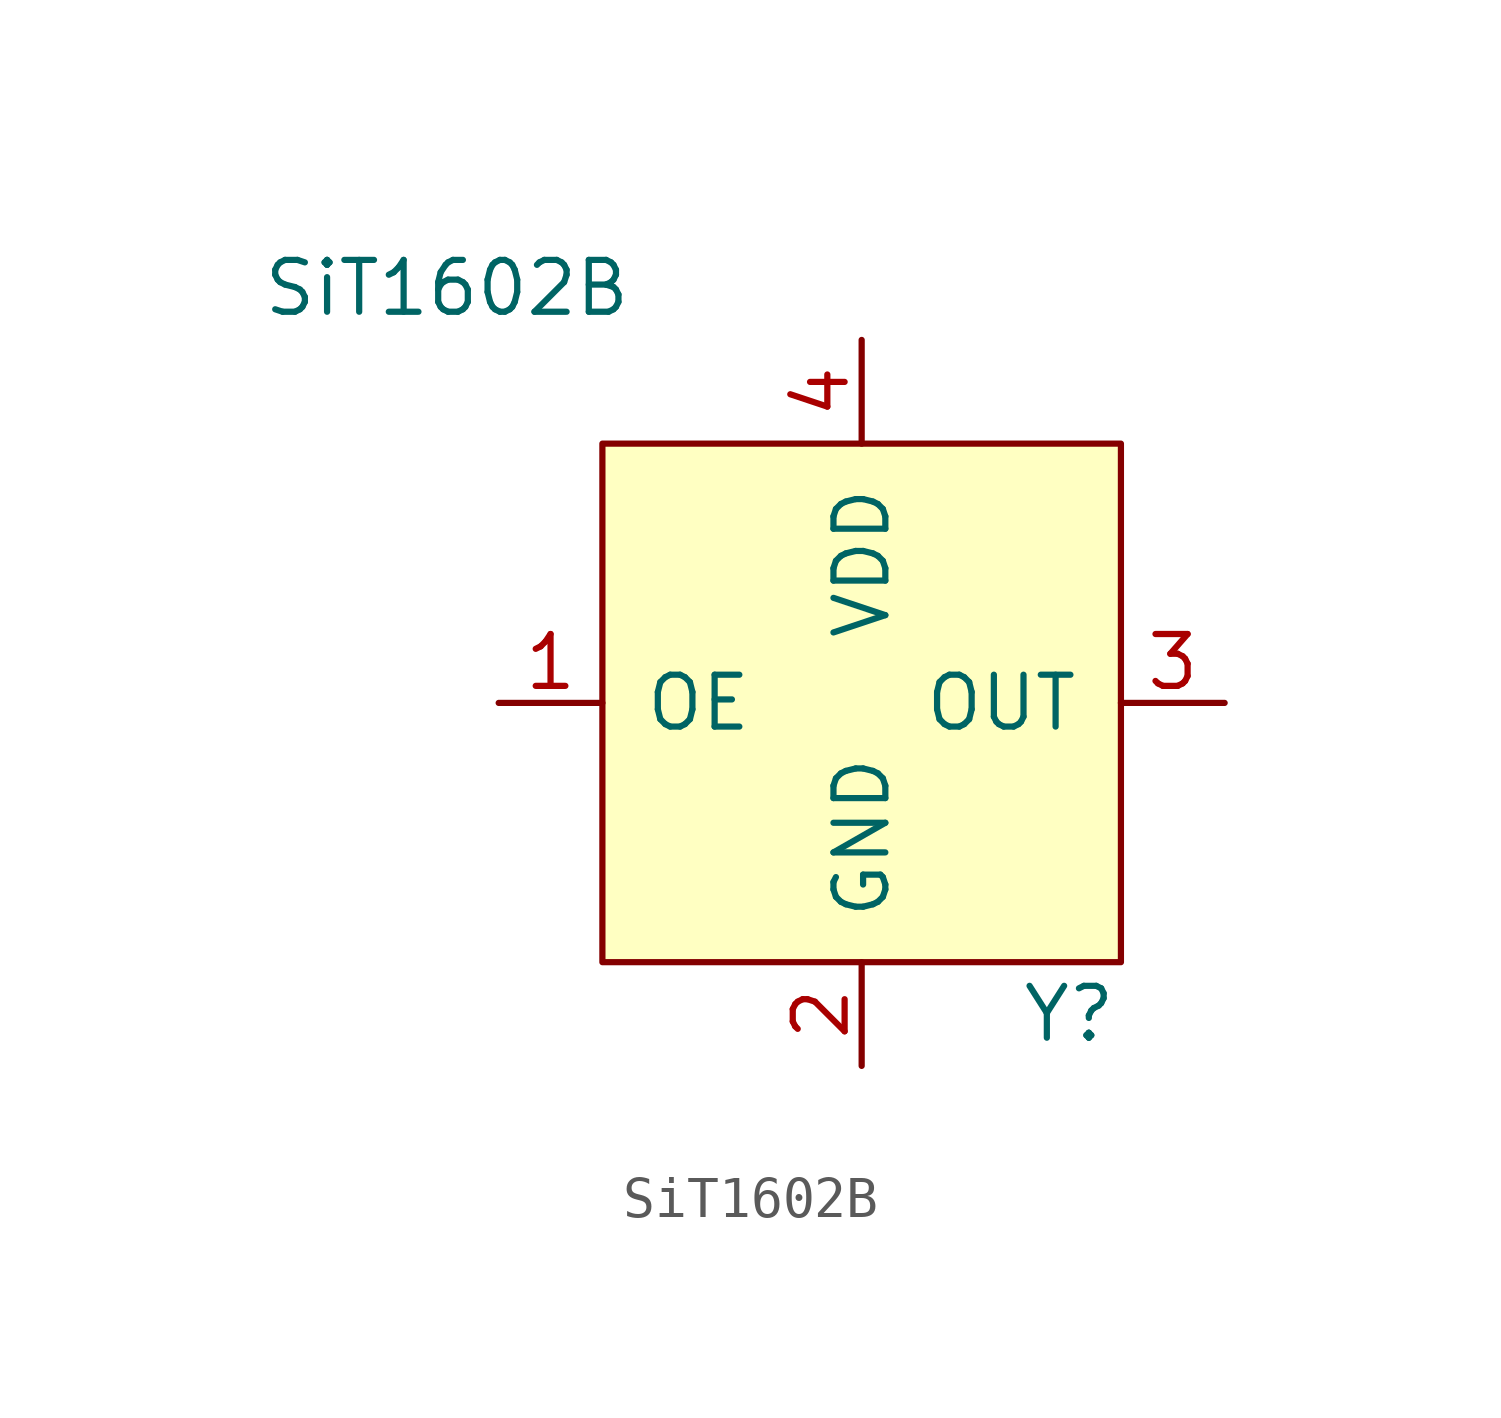
<source format=kicad_sym>
(kicad_symbol_lib
  (version 20241209)
  (generator "kicad_symbol_editor")
  (generator_version "9.0")
  (symbol "SiT1602B"
    (pin_names
      (offset 1.016))
    (property "Reference" "Y"
      (at 5.08 -7.62 0)
      (effects (font (size 1.27 1.27))))
    (property "Value" "SiT1602B"
      (at -10.16 10.16 0)
      (effects (font (size 1.27 1.27))))
    (symbol "SiT1602B_0_1"
      (rectangle (start -6.35 6.35) (end 6.35 -6.35) (stroke (width 0) (type solid)) (fill (type background))))
    (symbol "SiT1602B_1_1"
      (pin input line (at -8.89 0 0) (length 2.54) (name "OE" (effects (font (size 1.27 1.27)))) (number "1" (effects (font (size 1.27 1.27)))))
      (pin power_in line (at 0 8.89 270) (length 2.54) (name "VDD" (effects (font (size 1.27 1.27)))) (number "4" (effects (font (size 1.27 1.27)))))
      (pin power_in line (at 0 -8.89 90) (length 2.54) (name "GND" (effects (font (size 1.27 1.27)))) (number "2" (effects (font (size 1.27 1.27)))))
      (pin output line (at 8.89 0 180) (length 2.54) (name "OUT" (effects (font (size 1.27 1.27)))) (number "3" (effects (font (size 1.27 1.27))))))))
</source>
